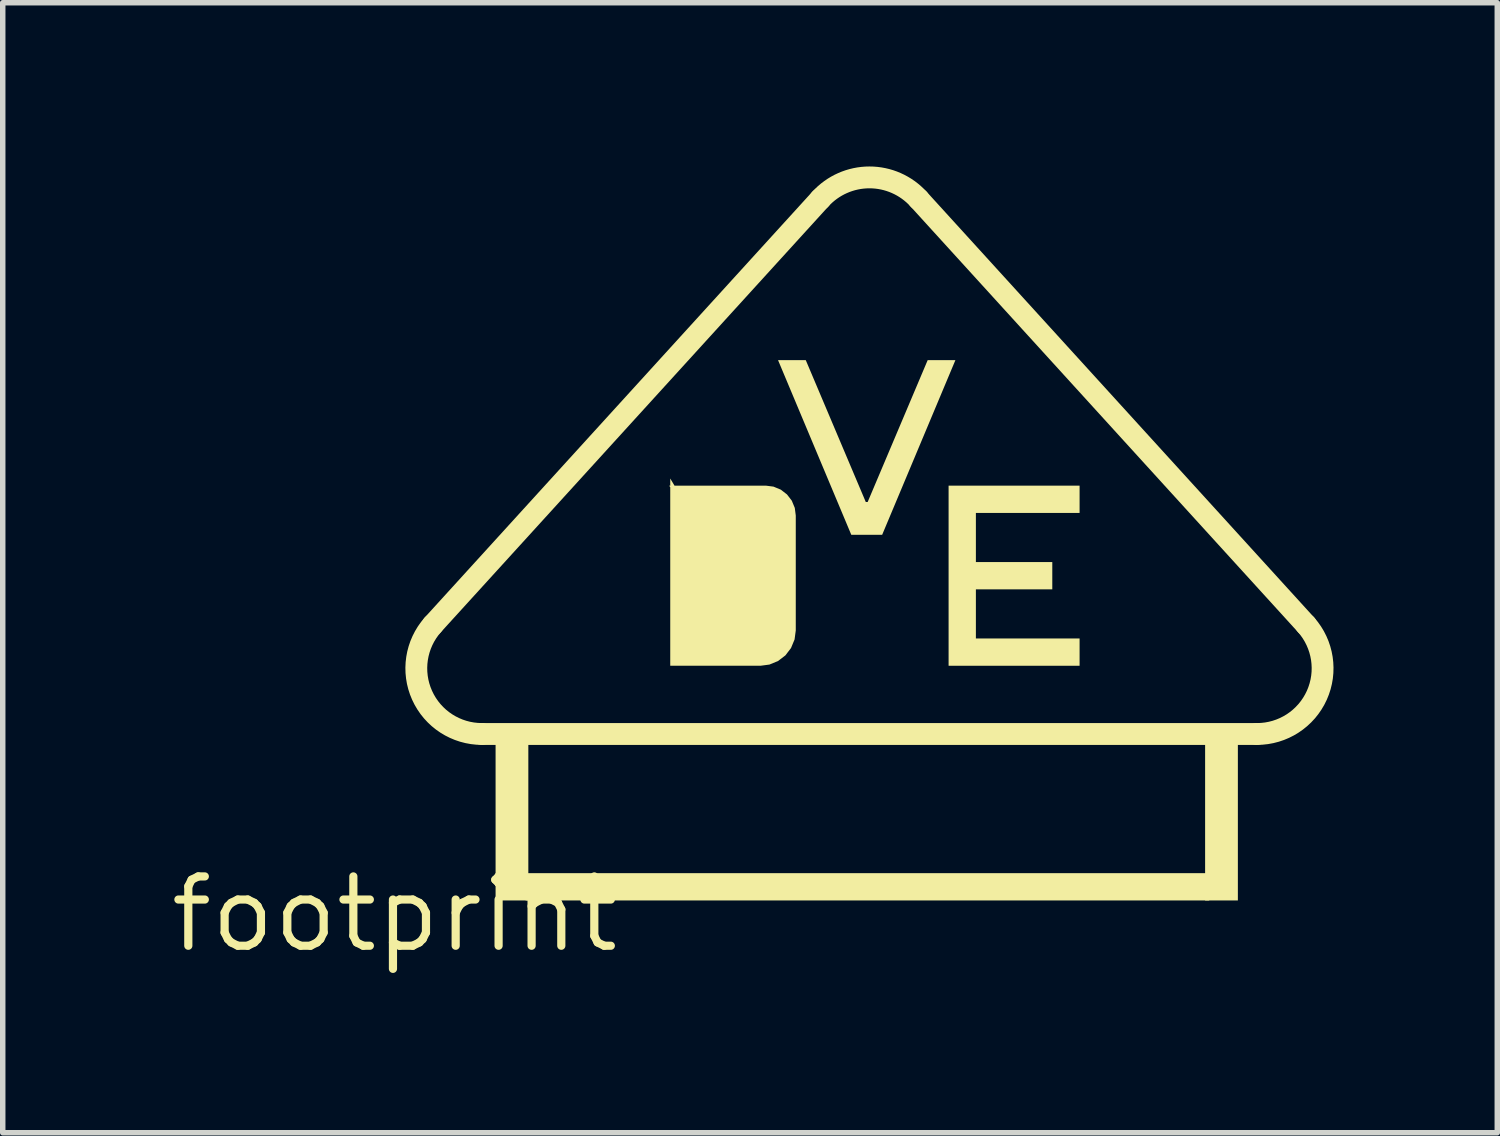
<source format=kicad_pcb>
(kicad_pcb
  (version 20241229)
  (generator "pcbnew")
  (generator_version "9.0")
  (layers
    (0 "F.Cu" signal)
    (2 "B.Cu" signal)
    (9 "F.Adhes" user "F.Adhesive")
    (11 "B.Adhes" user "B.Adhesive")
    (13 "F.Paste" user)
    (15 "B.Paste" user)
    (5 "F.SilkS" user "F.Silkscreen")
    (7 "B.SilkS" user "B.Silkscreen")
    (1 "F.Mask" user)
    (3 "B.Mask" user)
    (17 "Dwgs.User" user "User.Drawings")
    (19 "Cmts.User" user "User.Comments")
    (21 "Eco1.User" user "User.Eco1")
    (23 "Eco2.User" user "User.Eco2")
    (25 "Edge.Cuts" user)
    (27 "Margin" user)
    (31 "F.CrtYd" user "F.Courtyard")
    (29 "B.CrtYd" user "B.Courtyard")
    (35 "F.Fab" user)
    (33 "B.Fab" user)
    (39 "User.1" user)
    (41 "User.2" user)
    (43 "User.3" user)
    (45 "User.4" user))
  (footprint "footprint"
    (layer "F.Cu")
    (at 4.18 13.698)
    (property "Reference" "footprint" (at 0 0 0) (layer "F.SilkS") (effects (font (size 1.27 1.27) (thickness 0.15))))
    (fp_line (start 1.6 -3.3) (end 15.8 -3.3) (stroke (width 0.4) (type solid)) (layer "F.SilkS"))
    (fp_line (start 7.8 -13.1) (end 0.7 -5.3) (stroke (width 0.4) (type solid)) (layer "F.SilkS"))
    (fp_line (start 16.7 -5.3) (end 9.6 -13.1) (stroke (width 0.4) (type solid)) (layer "F.SilkS"))
    (fp_arc (start 1.6 -3.3) (mid 0.503414 -4.009036) (end 0.7 -5.3) (stroke (width 0.4) (type solid)) (layer "F.SilkS"))
    (fp_arc (start 7.799999 -13.099999) (mid 8.699999 -13.4978) (end 9.6 -13.1) (stroke (width 0.4) (type solid)) (layer "F.SilkS"))
    (fp_arc (start 16.699998 -5.300001) (mid 16.896585 -4.009038) (end 15.8 -3.3) (stroke (width 0.4) (type solid)) (layer "F.SilkS"))
    (fp_poly (pts (xy 1.85 -0.25) (xy 2.45 -0.25) (xy 2.45 -3.15) (xy 1.85 -3.15)) (stroke (width 0) (type solid)) (fill yes) (layer "F.SilkS"))
    (fp_poly (pts (xy 2.4 -0.25) (xy 14.925 -0.25) (xy 14.925 -0.75) (xy 2.4 -0.75)) (stroke (width 0) (type solid)) (fill yes) (layer "F.SilkS"))
    (fp_poly (pts (xy 14.85 -0.25) (xy 15.45 -0.25) (xy 15.45 -3.15) (xy 14.85 -3.15)) (stroke (width 0) (type solid)) (fill yes) (layer "F.SilkS"))
    (fp_poly (pts (xy 8.633 -7.55) (xy 8.667 -7.55) (xy 9.767 -10.15) (xy 10.275 -10.15) (xy 8.933 -6.95) (xy 8.367 -6.95) (xy 7.025 -10.15) (xy 7.533 -10.15)) (stroke (width 0) (type solid)) (fill yes) (layer "F.SilkS"))
    (fp_poly (pts (xy 12.55 -7.35) (xy 10.65 -7.35) (xy 10.65 -6.45) (xy 12.05 -6.45) (xy 12.05 -5.95) (xy 10.65 -5.95) (xy 10.65 -5.05) (xy 12.55 -5.05) (xy 12.55 -4.55) (xy 10.15 -4.55) (xy 10.15 -7.85) (xy 12.55 -7.85)) (stroke (width 0) (type solid)) (fill yes) (layer "F.SilkS"))
    (fp_poly (pts (xy 5.128 -7.85) (xy 6.803 -7.85) (xy 6.942 -7.832) (xy 7.075 -7.777) (xy 7.189 -7.689) (xy 7.277 -7.575) (xy 7.332 -7.442) (xy 7.35 -7.303) (xy 7.35 -5.197) (xy 7.328 -5.032) (xy 7.263 -4.875) (xy 7.16 -4.74) (xy 7.025 -4.637) (xy 6.868 -4.572) (xy 6.703 -4.55) (xy 5.05 -4.55) (xy 5.05 -7.821) (xy 5.03 -7.85) (xy 5.05 -7.85) (xy 5.05 -7.981)) (stroke (width 0) (type solid)) (fill yes) (layer "F.SilkS")))
  (gr_rect
    (start -3 -3)
    (end 24.383 17.704)
    (stroke (width 0.1) (type default))
    (fill no)
    (layer "Edge.Cuts")))
</source>
